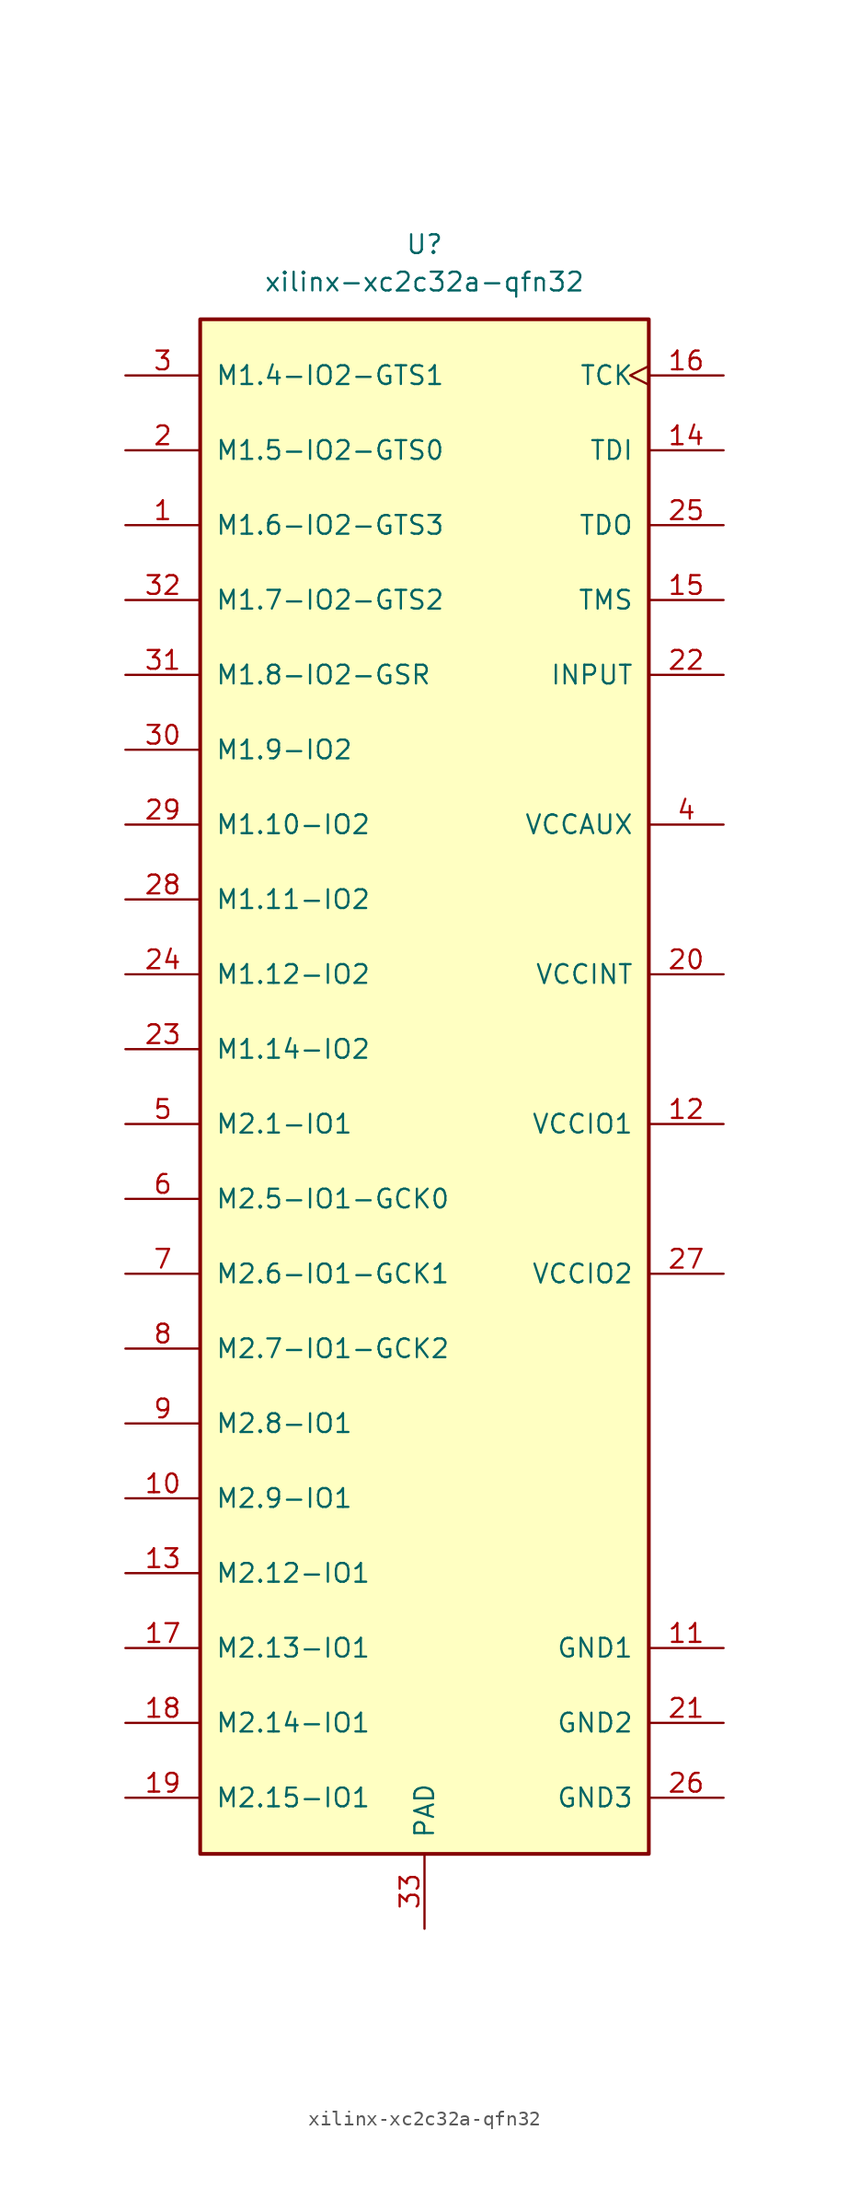
<source format=kicad_sym>
(kicad_symbol_lib
  (version 20231120)
  (generator "kicad_symbol_editor")
  (generator_version "8.0")
  (symbol "xilinx-xc2c32a-qfn32"
    (pin_names
      (offset 1.016))
    (property "Reference" "U"
      (at 0 57.15 0)
      (effects (font (size 1.27 1.27))))
    (property "Value" "xilinx-xc2c32a-qfn32"
      (at 0 54.61 0)
      (effects (font (size 1.27 1.27))))
    (property "Footprint" ""
      (at -5.08 8.89 0)
      (effects (font (size 1.27 1.27))))
    (property "Datasheet" ""
      (at -5.08 8.89 0)
      (effects (font (size 1.27 1.27))))
    (symbol "xilinx-xc2c32a-qfn32_0_1"
      (rectangle (start -15.24 52.07) (end 15.24 -52.07) (stroke (width 0.254) (type default)) (fill (type background))))
    (symbol "xilinx-xc2c32a-qfn32_1_1"
      (pin bidirectional line (at -20.32 38.1 0) (length 5.08) (name "M1.6-IO2-GTS3" (effects (font (size 1.27 1.27)))) (number "1" (effects (font (size 1.27 1.27)))))
      (pin bidirectional line (at -20.32 -27.94 0) (length 5.08) (name "M2.9-IO1" (effects (font (size 1.27 1.27)))) (number "10" (effects (font (size 1.27 1.27)))))
      (pin power_in line (at 20.32 -38.1 180) (length 5.08) (name "GND1" (effects (font (size 1.27 1.27)))) (number "11" (effects (font (size 1.27 1.27)))))
      (pin power_in line (at 20.32 -2.54 180) (length 5.08) (name "VCCIO1" (effects (font (size 1.27 1.27)))) (number "12" (effects (font (size 1.27 1.27)))))
      (pin bidirectional line (at -20.32 -33.02 0) (length 5.08) (name "M2.12-IO1" (effects (font (size 1.27 1.27)))) (number "13" (effects (font (size 1.27 1.27)))))
      (pin input line (at 20.32 43.18 180) (length 5.08) (name "TDI" (effects (font (size 1.27 1.27)))) (number "14" (effects (font (size 1.27 1.27)))))
      (pin input line (at 20.32 33.02 180) (length 5.08) (name "TMS" (effects (font (size 1.27 1.27)))) (number "15" (effects (font (size 1.27 1.27)))))
      (pin input clock (at 20.32 48.26 180) (length 5.08) (name "TCK" (effects (font (size 1.27 1.27)))) (number "16" (effects (font (size 1.27 1.27)))))
      (pin bidirectional line (at -20.32 -38.1 0) (length 5.08) (name "M2.13-IO1" (effects (font (size 1.27 1.27)))) (number "17" (effects (font (size 1.27 1.27)))))
      (pin bidirectional line (at -20.32 -43.18 0) (length 5.08) (name "M2.14-IO1" (effects (font (size 1.27 1.27)))) (number "18" (effects (font (size 1.27 1.27)))))
      (pin bidirectional line (at -20.32 -48.26 0) (length 5.08) (name "M2.15-IO1" (effects (font (size 1.27 1.27)))) (number "19" (effects (font (size 1.27 1.27)))))
      (pin bidirectional line (at -20.32 43.18 0) (length 5.08) (name "M1.5-IO2-GTS0" (effects (font (size 1.27 1.27)))) (number "2" (effects (font (size 1.27 1.27)))))
      (pin power_in line (at 20.32 7.62 180) (length 5.08) (name "VCCINT" (effects (font (size 1.27 1.27)))) (number "20" (effects (font (size 1.27 1.27)))))
      (pin power_in line (at 20.32 -43.18 180) (length 5.08) (name "GND2" (effects (font (size 1.27 1.27)))) (number "21" (effects (font (size 1.27 1.27)))))
      (pin input line (at 20.32 27.94 180) (length 5.08) (name "INPUT" (effects (font (size 1.27 1.27)))) (number "22" (effects (font (size 1.27 1.27)))))
      (pin bidirectional line (at -20.32 2.54 0) (length 5.08) (name "M1.14-IO2" (effects (font (size 1.27 1.27)))) (number "23" (effects (font (size 1.27 1.27)))))
      (pin bidirectional line (at -20.32 7.62 0) (length 5.08) (name "M1.12-IO2" (effects (font (size 1.27 1.27)))) (number "24" (effects (font (size 1.27 1.27)))))
      (pin output line (at 20.32 38.1 180) (length 5.08) (name "TDO" (effects (font (size 1.27 1.27)))) (number "25" (effects (font (size 1.27 1.27)))))
      (pin power_in line (at 20.32 -48.26 180) (length 5.08) (name "GND3" (effects (font (size 1.27 1.27)))) (number "26" (effects (font (size 1.27 1.27)))))
      (pin power_in line (at 20.32 -12.7 180) (length 5.08) (name "VCCIO2" (effects (font (size 1.27 1.27)))) (number "27" (effects (font (size 1.27 1.27)))))
      (pin bidirectional line (at -20.32 12.7 0) (length 5.08) (name "M1.11-IO2" (effects (font (size 1.27 1.27)))) (number "28" (effects (font (size 1.27 1.27)))))
      (pin bidirectional line (at -20.32 17.78 0) (length 5.08) (name "M1.10-IO2" (effects (font (size 1.27 1.27)))) (number "29" (effects (font (size 1.27 1.27)))))
      (pin bidirectional line (at -20.32 48.26 0) (length 5.08) (name "M1.4-IO2-GTS1" (effects (font (size 1.27 1.27)))) (number "3" (effects (font (size 1.27 1.27)))))
      (pin bidirectional line (at -20.32 22.86 0) (length 5.08) (name "M1.9-IO2" (effects (font (size 1.27 1.27)))) (number "30" (effects (font (size 1.27 1.27)))))
      (pin bidirectional line (at -20.32 27.94 0) (length 5.08) (name "M1.8-IO2-GSR" (effects (font (size 1.27 1.27)))) (number "31" (effects (font (size 1.27 1.27)))))
      (pin bidirectional line (at -20.32 33.02 0) (length 5.08) (name "M1.7-IO2-GTS2" (effects (font (size 1.27 1.27)))) (number "32" (effects (font (size 1.27 1.27)))))
      (pin power_in line (at 0 -57.15 90) (length 5.08) (name "PAD" (effects (font (size 1.27 1.27)))) (number "33" (effects (font (size 1.27 1.27)))))
      (pin power_in line (at 20.32 17.78 180) (length 5.08) (name "VCCAUX" (effects (font (size 1.27 1.27)))) (number "4" (effects (font (size 1.27 1.27)))))
      (pin bidirectional line (at -20.32 -2.54 0) (length 5.08) (name "M2.1-IO1" (effects (font (size 1.27 1.27)))) (number "5" (effects (font (size 1.27 1.27)))))
      (pin bidirectional line (at -20.32 -7.62 0) (length 5.08) (name "M2.5-IO1-GCK0" (effects (font (size 1.27 1.27)))) (number "6" (effects (font (size 1.27 1.27)))))
      (pin bidirectional line (at -20.32 -12.7 0) (length 5.08) (name "M2.6-IO1-GCK1" (effects (font (size 1.27 1.27)))) (number "7" (effects (font (size 1.27 1.27)))))
      (pin bidirectional line (at -20.32 -17.78 0) (length 5.08) (name "M2.7-IO1-GCK2" (effects (font (size 1.27 1.27)))) (number "8" (effects (font (size 1.27 1.27)))))
      (pin bidirectional line (at -20.32 -22.86 0) (length 5.08) (name "M2.8-IO1" (effects (font (size 1.27 1.27)))) (number "9" (effects (font (size 1.27 1.27))))))))
</source>
